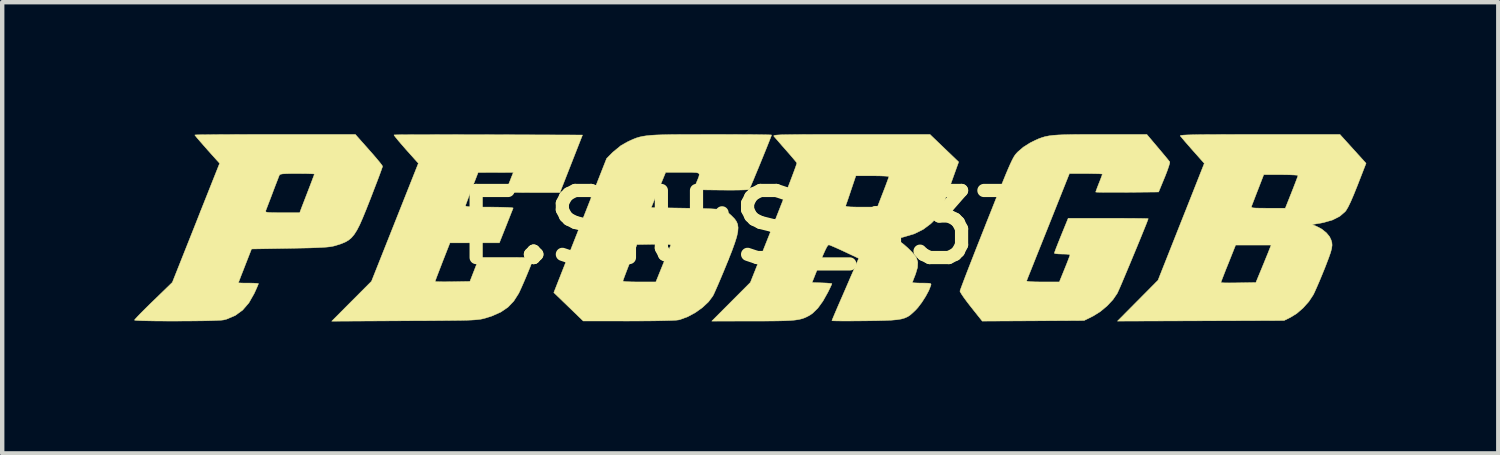
<source format=kicad_pcb>
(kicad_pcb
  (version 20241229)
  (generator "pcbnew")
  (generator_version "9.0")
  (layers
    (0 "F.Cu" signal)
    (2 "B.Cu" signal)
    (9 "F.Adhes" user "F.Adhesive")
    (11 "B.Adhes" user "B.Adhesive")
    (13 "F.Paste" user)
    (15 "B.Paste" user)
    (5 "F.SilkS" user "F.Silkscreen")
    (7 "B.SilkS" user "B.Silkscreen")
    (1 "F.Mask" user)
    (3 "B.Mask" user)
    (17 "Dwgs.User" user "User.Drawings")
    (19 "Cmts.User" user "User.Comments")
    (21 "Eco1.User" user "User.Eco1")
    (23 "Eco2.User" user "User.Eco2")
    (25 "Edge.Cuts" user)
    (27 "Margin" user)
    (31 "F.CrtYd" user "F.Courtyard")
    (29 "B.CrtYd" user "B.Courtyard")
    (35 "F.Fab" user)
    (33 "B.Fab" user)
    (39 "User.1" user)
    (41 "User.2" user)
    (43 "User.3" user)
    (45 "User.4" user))
  (footprint "F.SilkS_g33"
    (layer "F.Cu")
    (at 13.975 2.113)
    (property "Reference" "F.SilkS_g33" (at 0 0 0) (layer "F.SilkS") (effects (font (size 1.524 1.524) (thickness 0.3))))
    (attr through_hole)
    (fp_poly (pts (xy 13.424 -2.108) (xy 13.721 -1.78) (xy 14.018 -1.452) (xy 13.824 -0.953) (xy 13.739 -0.742) (xy 13.668 -0.577) (xy 13.609 -0.456) (xy 13.561 -0.376) (xy 13.545 -0.356) (xy 13.421 -0.248) (xy 13.255 -0.164) (xy 13.05 -0.105) (xy 12.993 -0.094) (xy 12.791 -0.06) (xy 12.894 -0.019) (xy 13.013 0.044) (xy 13.116 0.127) (xy 13.189 0.216) (xy 13.194 0.226) (xy 13.223 0.288) (xy 13.241 0.346) (xy 13.246 0.408) (xy 13.237 0.48) (xy 13.213 0.572) (xy 13.171 0.692) (xy 13.112 0.847) (xy 13.081 0.927) (xy 13.018 1.082) (xy 12.956 1.231) (xy 12.898 1.365) (xy 12.85 1.472) (xy 12.819 1.536) (xy 12.719 1.688) (xy 12.589 1.834) (xy 12.444 1.96) (xy 12.304 2.047) (xy 12.154 2.121) (xy 8.369 2.134) (xy 9.238 1.258) (xy 10.719 1.258) (xy 10.743 1.262) (xy 10.809 1.265) (xy 10.909 1.266) (xy 11.033 1.265) (xy 11.116 1.264) (xy 11.514 1.257) (xy 11.645 0.94) (xy 11.698 0.811) (xy 11.747 0.69) (xy 11.789 0.588) (xy 11.816 0.519) (xy 11.818 0.514) (xy 11.861 0.406) (xy 11.054 0.406) (xy 10.887 0.826) (xy 10.832 0.961) (xy 10.786 1.08) (xy 10.749 1.175) (xy 10.726 1.237) (xy 10.719 1.258) (xy 9.238 1.258) (xy 9.29 1.206) (xy 9.816 -0.122) (xy 9.95 -0.459) (xy 11.413 -0.459) (xy 11.424 -0.447) (xy 11.455 -0.439) (xy 11.514 -0.435) (xy 11.608 -0.433) (xy 11.743 -0.432) (xy 11.791 -0.432) (xy 12.183 -0.432) (xy 12.327 -0.794) (xy 12.377 -0.921) (xy 12.419 -1.03) (xy 12.451 -1.115) (xy 12.469 -1.165) (xy 12.471 -1.175) (xy 12.447 -1.182) (xy 12.381 -1.187) (xy 12.282 -1.191) (xy 12.158 -1.193) (xy 12.082 -1.194) (xy 11.693 -1.194) (xy 11.563 -0.857) (xy 11.514 -0.732) (xy 11.472 -0.622) (xy 11.439 -0.536) (xy 11.419 -0.484) (xy 11.416 -0.476) (xy 11.413 -0.459) (xy 9.95 -0.459) (xy 10.342 -1.45) (xy 10.078 -1.747) (xy 9.986 -1.852) (xy 9.906 -1.944) (xy 9.843 -2.018) (xy 9.804 -2.065) (xy 9.795 -2.076) (xy 9.801 -2.083) (xy 9.827 -2.088) (xy 9.877 -2.093) (xy 9.953 -2.097) (xy 10.059 -2.1) (xy 10.198 -2.103) (xy 10.372 -2.105) (xy 10.584 -2.106) (xy 10.837 -2.107) (xy 11.135 -2.108) (xy 11.479 -2.108) (xy 11.6 -2.108) (xy 13.424 -2.108)) (stroke (width 0.01) (type solid)) (fill yes) (layer "F.SilkS"))
    (fp_poly (pts (xy -6.75 -2.104) (xy -6.452 -2.103) (xy -6.136 -2.103) (xy -5.924 -2.102) (xy -3.788 -2.095) (xy -4.301 -0.787) (xy -4.919 -0.787) (xy -5.09 -0.788) (xy -5.243 -0.789) (xy -5.371 -0.79) (xy -5.467 -0.793) (xy -5.524 -0.795) (xy -5.537 -0.797) (xy -5.528 -0.824) (xy -5.506 -0.88) (xy -5.498 -0.9) (xy -5.465 -0.981) (xy -5.426 -1.078) (xy -5.41 -1.119) (xy -5.36 -1.245) (xy -6.16 -1.243) (xy -6.299 -0.884) (xy -6.349 -0.756) (xy -6.391 -0.644) (xy -6.424 -0.556) (xy -6.444 -0.502) (xy -6.447 -0.491) (xy -6.441 -0.48) (xy -6.413 -0.471) (xy -6.358 -0.465) (xy -6.27 -0.461) (xy -6.143 -0.458) (xy -5.973 -0.457) (xy -5.905 -0.457) (xy -5.743 -0.456) (xy -5.601 -0.453) (xy -5.487 -0.449) (xy -5.406 -0.444) (xy -5.366 -0.438) (xy -5.364 -0.435) (xy -5.375 -0.405) (xy -5.403 -0.336) (xy -5.442 -0.237) (xy -5.49 -0.116) (xy -5.524 -0.029) (xy -5.677 0.355) (xy -6.238 0.355) (xy -6.8 0.356) (xy -6.969 0.787) (xy -7.022 0.925) (xy -7.069 1.047) (xy -7.106 1.143) (xy -7.129 1.208) (xy -7.137 1.232) (xy -7.113 1.237) (xy -7.047 1.239) (xy -6.948 1.241) (xy -6.823 1.24) (xy -6.742 1.239) (xy -6.346 1.232) (xy -6.24 0.959) (xy -6.135 0.686) (xy -5.518 0.686) (xy -5.348 0.686) (xy -5.195 0.688) (xy -5.067 0.69) (xy -4.972 0.692) (xy -4.915 0.696) (xy -4.902 0.698) (xy -4.912 0.732) (xy -4.938 0.802) (xy -4.976 0.899) (xy -5.023 1.014) (xy -5.074 1.137) (xy -5.126 1.258) (xy -5.174 1.367) (xy -5.214 1.455) (xy -5.24 1.508) (xy -5.35 1.68) (xy -5.482 1.818) (xy -5.645 1.929) (xy -5.845 2.018) (xy -5.99 2.064) (xy -6.031 2.075) (xy -6.071 2.085) (xy -6.115 2.093) (xy -6.168 2.099) (xy -6.232 2.105) (xy -6.312 2.11) (xy -6.413 2.114) (xy -6.538 2.117) (xy -6.692 2.119) (xy -6.878 2.121) (xy -7.101 2.123) (xy -7.364 2.125) (xy -7.672 2.126) (xy -7.836 2.127) (xy -9.487 2.136) (xy -9.035 1.682) (xy -8.583 1.229) (xy -7.518 -1.452) (xy -7.801 -1.768) (xy -7.893 -1.874) (xy -7.972 -1.966) (xy -8.031 -2.038) (xy -8.066 -2.084) (xy -8.072 -2.097) (xy -8.045 -2.098) (xy -7.971 -2.1) (xy -7.854 -2.101) (xy -7.698 -2.102) (xy -7.505 -2.103) (xy -7.281 -2.103) (xy -7.028 -2.104) (xy -6.75 -2.104)) (stroke (width 0.01) (type solid)) (fill yes) (layer "F.SilkS"))
    (fp_poly (pts (xy -0.611 -2.108) (xy -0.367 -2.107) (xy -0.145 -2.106) (xy 0.053 -2.105) (xy 0.221 -2.103) (xy 0.355 -2.101) (xy 0.449 -2.099) (xy 0.5 -2.097) (xy 0.508 -2.095) (xy 0.499 -2.067) (xy 0.473 -2) (xy 0.434 -1.902) (xy 0.385 -1.779) (xy 0.329 -1.641) (xy 0.269 -1.494) (xy 0.208 -1.345) (xy 0.149 -1.204) (xy 0.097 -1.077) (xy 0.052 -0.972) (xy 0.02 -0.897) (xy 0.003 -0.859) (xy 0.001 -0.857) (xy -0.028 -0.852) (xy -0.101 -0.848) (xy -0.21 -0.845) (xy -0.349 -0.843) (xy -0.51 -0.843) (xy -0.641 -0.844) (xy -1.265 -0.851) (xy -1.206 -0.997) (xy -1.166 -1.092) (xy -1.141 -1.159) (xy -1.134 -1.203) (xy -1.153 -1.229) (xy -1.203 -1.241) (xy -1.289 -1.245) (xy -1.417 -1.245) (xy -1.506 -1.245) (xy -1.899 -1.245) (xy -2.227 -0.445) (xy -1.437 -0.432) (xy -1.205 -0.428) (xy -1.017 -0.424) (xy -0.867 -0.418) (xy -0.751 -0.411) (xy -0.661 -0.399) (xy -0.592 -0.384) (xy -0.537 -0.364) (xy -0.491 -0.337) (xy -0.447 -0.302) (xy -0.4 -0.26) (xy -0.398 -0.257) (xy -0.336 -0.195) (xy -0.291 -0.133) (xy -0.262 -0.066) (xy -0.252 0.012) (xy -0.259 0.106) (xy -0.284 0.221) (xy -0.33 0.365) (xy -0.394 0.542) (xy -0.48 0.757) (xy -0.51 0.832) (xy -0.581 1.005) (xy -0.65 1.169) (xy -0.712 1.314) (xy -0.765 1.434) (xy -0.804 1.521) (xy -0.827 1.565) (xy -0.925 1.697) (xy -1.062 1.825) (xy -1.223 1.94) (xy -1.396 2.034) (xy -1.569 2.098) (xy -1.6 2.106) (xy -1.656 2.113) (xy -1.758 2.119) (xy -1.902 2.123) (xy -2.085 2.127) (xy -2.302 2.13) (xy -2.548 2.131) (xy -2.743 2.132) (xy -3.772 2.131) (xy -4.106 1.808) (xy -4.44 1.486) (xy -4.338 1.226) (xy -2.87 1.226) (xy -2.846 1.232) (xy -2.78 1.238) (xy -2.681 1.242) (xy -2.558 1.244) (xy -2.496 1.244) (xy -2.121 1.244) (xy -1.956 0.836) (xy -1.901 0.701) (xy -1.853 0.583) (xy -1.815 0.488) (xy -1.79 0.425) (xy -1.782 0.404) (xy -1.803 0.395) (xy -1.87 0.389) (xy -1.978 0.386) (xy -2.124 0.386) (xy -2.162 0.387) (xy -2.551 0.394) (xy -2.71 0.8) (xy -2.763 0.934) (xy -2.808 1.052) (xy -2.843 1.145) (xy -2.864 1.206) (xy -2.87 1.226) (xy -4.338 1.226) (xy -3.84 -0.038) (xy -3.24 -1.562) (xy -3.099 -1.704) (xy -2.916 -1.854) (xy -2.768 -1.938) (xy -2.694 -1.973) (xy -2.627 -2.003) (xy -2.562 -2.028) (xy -2.495 -2.048) (xy -2.419 -2.065) (xy -2.332 -2.078) (xy -2.228 -2.089) (xy -2.103 -2.096) (xy -1.952 -2.101) (xy -1.771 -2.105) (xy -1.554 -2.107) (xy -1.297 -2.107) (xy -0.997 -2.108) (xy -0.87 -2.108) (xy -0.611 -2.108)) (stroke (width 0.01) (type solid)) (fill yes) (layer "F.SilkS"))
    (fp_poly (pts (xy -8.641 -1.76) (xy -8.542 -1.648) (xy -8.457 -1.548) (xy -8.389 -1.466) (xy -8.346 -1.409) (xy -8.331 -1.385) (xy -8.34 -1.355) (xy -8.365 -1.284) (xy -8.404 -1.177) (xy -8.455 -1.042) (xy -8.516 -0.884) (xy -8.583 -0.709) (xy -8.607 -0.647) (xy -8.701 -0.409) (xy -8.781 -0.214) (xy -8.85 -0.056) (xy -8.914 0.068) (xy -8.976 0.165) (xy -9.039 0.24) (xy -9.108 0.297) (xy -9.186 0.341) (xy -9.276 0.378) (xy -9.384 0.412) (xy -9.412 0.421) (xy -9.462 0.433) (xy -9.523 0.444) (xy -9.601 0.452) (xy -9.7 0.459) (xy -9.828 0.465) (xy -9.989 0.471) (xy -10.19 0.475) (xy -10.436 0.48) (xy -10.436 0.48) (xy -11.309 0.495) (xy -11.458 0.876) (xy -11.508 1.005) (xy -11.552 1.116) (xy -11.584 1.201) (xy -11.604 1.252) (xy -11.608 1.264) (xy -11.584 1.266) (xy -11.521 1.269) (xy -11.43 1.27) (xy -11.379 1.27) (xy -11.279 1.271) (xy -11.2 1.275) (xy -11.156 1.28) (xy -11.151 1.282) (xy -11.161 1.309) (xy -11.187 1.371) (xy -11.226 1.458) (xy -11.25 1.51) (xy -11.369 1.719) (xy -11.511 1.884) (xy -11.68 2.007) (xy -11.877 2.09) (xy -11.943 2.107) (xy -11.994 2.113) (xy -12.084 2.118) (xy -12.209 2.123) (xy -12.361 2.127) (xy -12.534 2.129) (xy -12.721 2.131) (xy -12.916 2.132) (xy -13.113 2.133) (xy -13.304 2.132) (xy -13.483 2.131) (xy -13.643 2.128) (xy -13.779 2.125) (xy -13.883 2.121) (xy -13.949 2.116) (xy -13.97 2.111) (xy -13.952 2.087) (xy -13.903 2.034) (xy -13.828 1.956) (xy -13.73 1.858) (xy -13.617 1.746) (xy -13.539 1.671) (xy -13.109 1.254) (xy -12.571 -0.099) (xy -12.469 -0.358) (xy -10.989 -0.358) (xy -10.979 -0.346) (xy -10.948 -0.338) (xy -10.889 -0.333) (xy -10.796 -0.331) (xy -10.661 -0.33) (xy -10.609 -0.33) (xy -10.214 -0.33) (xy -10.164 -0.464) (xy -10.134 -0.541) (xy -10.092 -0.65) (xy -10.043 -0.777) (xy -9.997 -0.896) (xy -9.953 -1.011) (xy -9.917 -1.107) (xy -9.891 -1.175) (xy -9.881 -1.207) (xy -9.881 -1.208) (xy -9.905 -1.212) (xy -9.971 -1.215) (xy -10.07 -1.218) (xy -10.195 -1.219) (xy -10.272 -1.219) (xy -10.422 -1.219) (xy -10.529 -1.216) (xy -10.601 -1.212) (xy -10.645 -1.204) (xy -10.669 -1.192) (xy -10.68 -1.175) (xy -10.695 -1.136) (xy -10.724 -1.06) (xy -10.765 -0.955) (xy -10.812 -0.832) (xy -10.833 -0.775) (xy -10.882 -0.646) (xy -10.926 -0.532) (xy -10.96 -0.442) (xy -10.982 -0.386) (xy -10.986 -0.375) (xy -10.989 -0.358) (xy -12.469 -0.358) (xy -12.034 -1.452) (xy -12.096 -1.52) (xy -12.198 -1.633) (xy -12.3 -1.747) (xy -12.395 -1.855) (xy -12.478 -1.95) (xy -12.544 -2.026) (xy -12.585 -2.077) (xy -12.598 -2.095) (xy -12.574 -2.098) (xy -12.502 -2.1) (xy -12.388 -2.101) (xy -12.235 -2.103) (xy -12.047 -2.105) (xy -11.828 -2.106) (xy -11.583 -2.107) (xy -11.315 -2.108) (xy -11.029 -2.108) (xy -10.774 -2.108) (xy -8.95 -2.108) (xy -8.641 -1.76)) (stroke (width 0.01) (type solid)) (fill yes) (layer "F.SilkS"))
    (fp_poly (pts (xy 9.288 -1.81) (xy 9.377 -1.704) (xy 9.454 -1.612) (xy 9.514 -1.539) (xy 9.55 -1.493) (xy 9.558 -1.483) (xy 9.554 -1.45) (xy 9.534 -1.381) (xy 9.5 -1.283) (xy 9.455 -1.166) (xy 9.439 -1.127) (xy 9.304 -0.8) (xy 8.589 -0.793) (xy 8.404 -0.792) (xy 8.237 -0.792) (xy 8.095 -0.792) (xy 7.982 -0.794) (xy 7.907 -0.796) (xy 7.875 -0.799) (xy 7.874 -0.799) (xy 7.883 -0.827) (xy 7.906 -0.89) (xy 7.939 -0.976) (xy 7.95 -1.003) (xy 7.986 -1.094) (xy 8.012 -1.164) (xy 8.026 -1.203) (xy 8.026 -1.207) (xy 8.002 -1.211) (xy 7.937 -1.215) (xy 7.838 -1.217) (xy 7.714 -1.219) (xy 7.652 -1.219) (xy 7.277 -1.219) (xy 6.795 -0.01) (xy 6.701 0.225) (xy 6.613 0.445) (xy 6.532 0.647) (xy 6.461 0.826) (xy 6.401 0.977) (xy 6.353 1.095) (xy 6.321 1.177) (xy 6.305 1.218) (xy 6.303 1.221) (xy 6.324 1.23) (xy 6.389 1.237) (xy 6.489 1.242) (xy 6.618 1.244) (xy 6.672 1.244) (xy 7.048 1.244) (xy 7.169 0.946) (xy 7.215 0.832) (xy 7.253 0.734) (xy 7.279 0.664) (xy 7.29 0.63) (xy 7.29 0.629) (xy 7.267 0.619) (xy 7.205 0.612) (xy 7.119 0.61) (xy 7.112 0.61) (xy 7.024 0.607) (xy 6.961 0.601) (xy 6.934 0.591) (xy 6.934 0.591) (xy 6.943 0.562) (xy 6.968 0.494) (xy 7.006 0.396) (xy 7.054 0.276) (xy 7.091 0.184) (xy 7.249 -0.203) (xy 8.158 -0.203) (xy 8.368 -0.203) (xy 8.56 -0.202) (xy 8.729 -0.201) (xy 8.871 -0.2) (xy 8.978 -0.198) (xy 9.046 -0.196) (xy 9.068 -0.193) (xy 9.058 -0.165) (xy 9.032 -0.095) (xy 8.991 0.007) (xy 8.938 0.138) (xy 8.877 0.288) (xy 8.809 0.453) (xy 8.737 0.626) (xy 8.665 0.8) (xy 8.594 0.969) (xy 8.528 1.126) (xy 8.47 1.264) (xy 8.421 1.378) (xy 8.384 1.46) (xy 8.364 1.504) (xy 8.363 1.505) (xy 8.266 1.647) (xy 8.134 1.788) (xy 7.981 1.916) (xy 7.82 2.017) (xy 7.8 2.027) (xy 7.61 2.121) (xy 6.453 2.128) (xy 5.296 2.134) (xy 5.042 1.815) (xy 4.956 1.704) (xy 4.882 1.604) (xy 4.827 1.523) (xy 4.795 1.469) (xy 4.789 1.453) (xy 4.799 1.422) (xy 4.826 1.348) (xy 4.868 1.236) (xy 4.924 1.088) (xy 4.993 0.91) (xy 5.073 0.706) (xy 5.162 0.478) (xy 5.259 0.233) (xy 5.362 -0.027) (xy 5.386 -0.089) (xy 5.507 -0.392) (xy 5.61 -0.652) (xy 5.698 -0.871) (xy 5.772 -1.055) (xy 5.834 -1.207) (xy 5.886 -1.329) (xy 5.929 -1.427) (xy 5.965 -1.504) (xy 5.995 -1.563) (xy 6.021 -1.609) (xy 6.045 -1.645) (xy 6.069 -1.674) (xy 6.094 -1.701) (xy 6.109 -1.716) (xy 6.232 -1.821) (xy 6.381 -1.915) (xy 6.427 -1.938) (xy 6.508 -1.978) (xy 6.582 -2.011) (xy 6.654 -2.037) (xy 6.728 -2.059) (xy 6.811 -2.075) (xy 6.908 -2.088) (xy 7.024 -2.096) (xy 7.166 -2.102) (xy 7.338 -2.106) (xy 7.547 -2.108) (xy 7.798 -2.108) (xy 7.978 -2.108) (xy 9.036 -2.108) (xy 9.288 -1.81)) (stroke (width 0.01) (type solid)) (fill yes) (layer "F.SilkS"))
    (fp_poly (pts (xy 4.434 -1.795) (xy 4.76 -1.483) (xy 4.574 -0.964) (xy 4.498 -0.753) (xy 4.434 -0.585) (xy 4.379 -0.451) (xy 4.33 -0.346) (xy 4.284 -0.263) (xy 4.236 -0.195) (xy 4.184 -0.136) (xy 4.127 -0.08) (xy 3.954 0.05) (xy 3.755 0.149) (xy 3.526 0.218) (xy 3.33 0.264) (xy 3.424 0.326) (xy 3.512 0.391) (xy 3.607 0.474) (xy 3.695 0.561) (xy 3.765 0.641) (xy 3.799 0.691) (xy 3.831 0.792) (xy 3.826 0.912) (xy 3.783 1.058) (xy 3.772 1.087) (xy 3.74 1.169) (xy 3.717 1.23) (xy 3.708 1.257) (xy 3.732 1.263) (xy 3.795 1.267) (xy 3.885 1.27) (xy 3.926 1.27) (xy 4.031 1.271) (xy 4.094 1.274) (xy 4.125 1.283) (xy 4.133 1.3) (xy 4.126 1.327) (xy 4.081 1.441) (xy 4.009 1.574) (xy 3.924 1.707) (xy 3.834 1.826) (xy 3.785 1.88) (xy 3.72 1.942) (xy 3.662 1.993) (xy 3.603 2.033) (xy 3.536 2.063) (xy 3.457 2.086) (xy 3.358 2.102) (xy 3.234 2.113) (xy 3.077 2.12) (xy 2.883 2.125) (xy 2.644 2.128) (xy 2.635 2.128) (xy 2.445 2.13) (xy 2.273 2.131) (xy 2.124 2.131) (xy 2.005 2.13) (xy 1.923 2.128) (xy 1.882 2.125) (xy 1.88 2.124) (xy 1.889 2.098) (xy 1.916 2.033) (xy 1.958 1.934) (xy 2.011 1.81) (xy 2.073 1.667) (xy 2.099 1.608) (xy 2.17 1.445) (xy 2.24 1.283) (xy 2.304 1.134) (xy 2.359 1.009) (xy 2.398 0.917) (xy 2.403 0.907) (xy 2.489 0.708) (xy 2.171 0.558) (xy 2.052 0.503) (xy 1.947 0.456) (xy 1.865 0.421) (xy 1.818 0.403) (xy 1.812 0.401) (xy 1.792 0.41) (xy 1.766 0.446) (xy 1.731 0.514) (xy 1.684 0.618) (xy 1.624 0.764) (xy 1.6 0.826) (xy 1.429 1.257) (xy 1.654 1.265) (xy 1.754 1.269) (xy 1.831 1.275) (xy 1.874 1.281) (xy 1.88 1.284) (xy 1.869 1.311) (xy 1.841 1.372) (xy 1.801 1.454) (xy 1.788 1.48) (xy 1.675 1.681) (xy 1.559 1.841) (xy 1.441 1.956) (xy 1.385 1.995) (xy 1.324 2.029) (xy 1.265 2.057) (xy 1.203 2.079) (xy 1.13 2.097) (xy 1.043 2.11) (xy 0.936 2.12) (xy 0.802 2.126) (xy 0.636 2.13) (xy 0.433 2.132) (xy 0.188 2.133) (xy 0.076 2.133) (xy -0.85 2.134) (xy 0.027 1.255) (xy 0.561 -0.088) (xy 0.659 -0.336) (xy 0.719 -0.489) (xy 2.193 -0.489) (xy 2.199 -0.476) (xy 2.234 -0.467) (xy 2.302 -0.461) (xy 2.411 -0.458) (xy 2.547 -0.457) (xy 2.913 -0.457) (xy 3.044 -0.795) (xy 3.091 -0.917) (xy 3.13 -1.022) (xy 3.159 -1.101) (xy 3.174 -1.145) (xy 3.175 -1.151) (xy 3.151 -1.157) (xy 3.085 -1.162) (xy 2.986 -1.166) (xy 2.863 -1.168) (xy 2.8 -1.168) (xy 2.424 -1.168) (xy 2.315 -0.845) (xy 2.274 -0.722) (xy 2.238 -0.616) (xy 2.21 -0.537) (xy 2.194 -0.493) (xy 2.193 -0.489) (xy 0.719 -0.489) (xy 0.751 -0.57) (xy 0.834 -0.785) (xy 0.909 -0.979) (xy 0.972 -1.145) (xy 1.023 -1.281) (xy 1.059 -1.381) (xy 1.079 -1.442) (xy 1.083 -1.459) (xy 1.063 -1.487) (xy 1.015 -1.545) (xy 0.946 -1.626) (xy 0.863 -1.721) (xy 0.834 -1.754) (xy 0.745 -1.855) (xy 0.667 -1.945) (xy 0.605 -2.016) (xy 0.567 -2.059) (xy 0.562 -2.065) (xy 0.558 -2.074) (xy 0.562 -2.081) (xy 0.577 -2.087) (xy 0.607 -2.092) (xy 0.656 -2.096) (xy 0.726 -2.1) (xy 0.822 -2.102) (xy 0.945 -2.104) (xy 1.101 -2.106) (xy 1.292 -2.107) (xy 1.522 -2.108) (xy 1.793 -2.108) (xy 2.111 -2.108) (xy 2.318 -2.108) (xy 4.108 -2.108) (xy 4.434 -1.795)) (stroke (width 0.01) (type solid)) (fill yes) (layer "F.SilkS")))
  (gr_rect
    (start -3 -3)
    (end 30.998 7.254)
    (stroke (width 0.1) (type default))
    (fill no)
    (layer "Edge.Cuts")))
</source>
